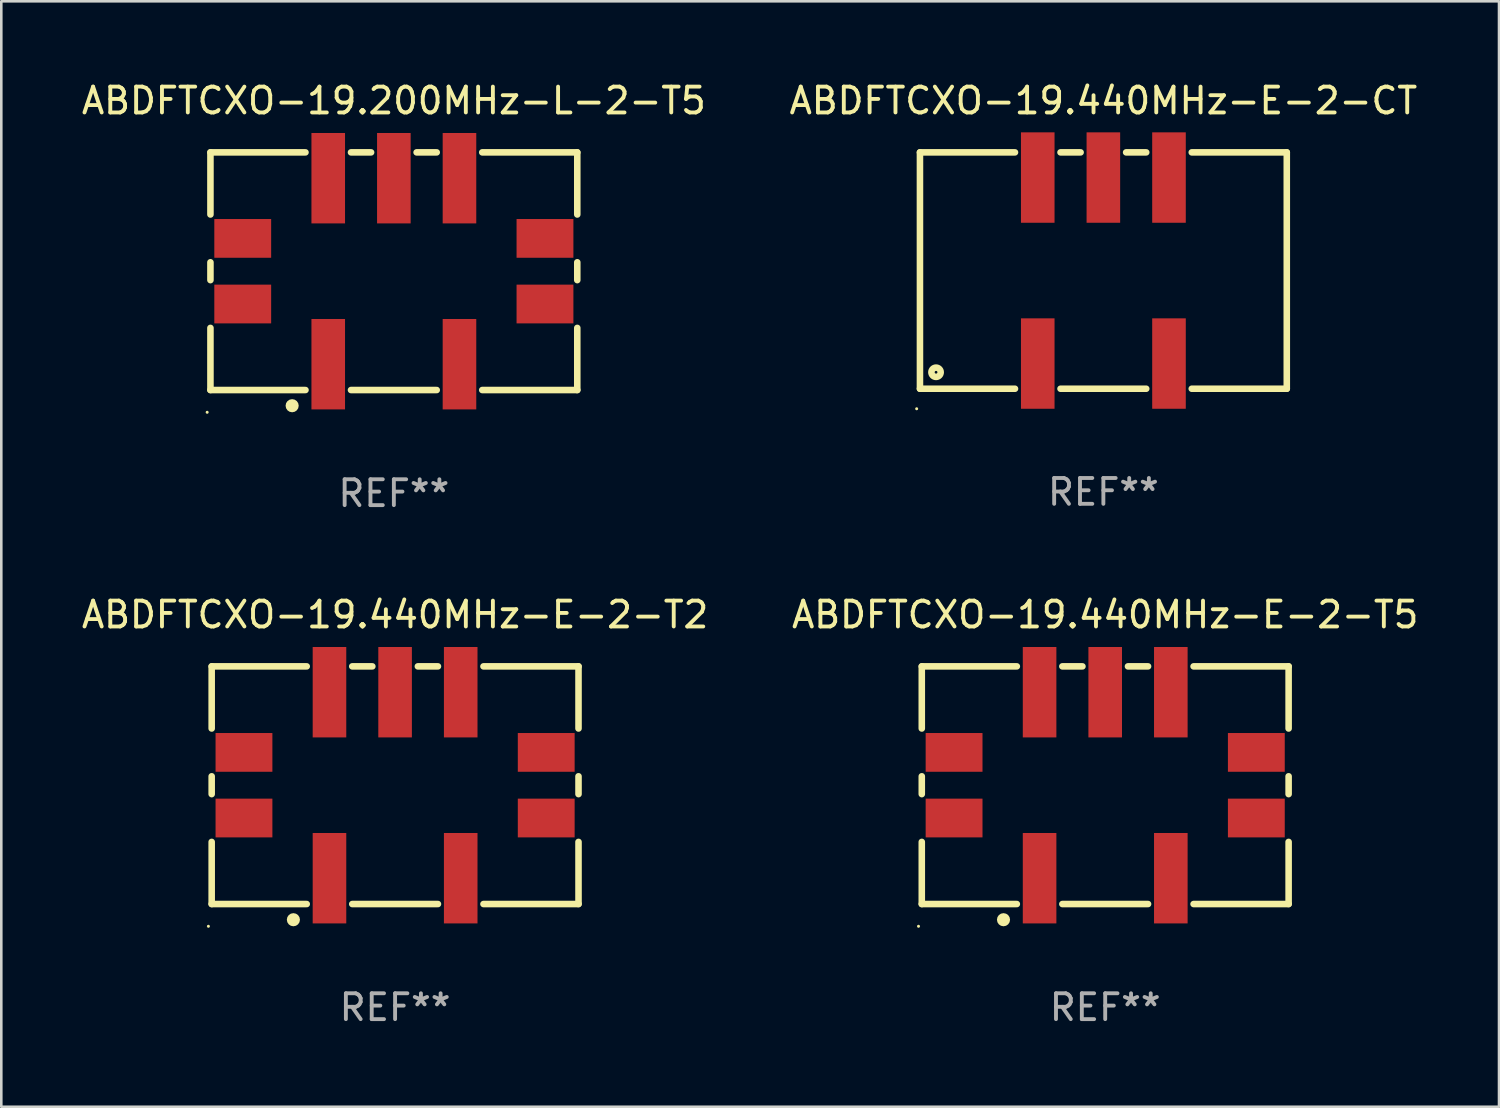
<source format=kicad_pcb>
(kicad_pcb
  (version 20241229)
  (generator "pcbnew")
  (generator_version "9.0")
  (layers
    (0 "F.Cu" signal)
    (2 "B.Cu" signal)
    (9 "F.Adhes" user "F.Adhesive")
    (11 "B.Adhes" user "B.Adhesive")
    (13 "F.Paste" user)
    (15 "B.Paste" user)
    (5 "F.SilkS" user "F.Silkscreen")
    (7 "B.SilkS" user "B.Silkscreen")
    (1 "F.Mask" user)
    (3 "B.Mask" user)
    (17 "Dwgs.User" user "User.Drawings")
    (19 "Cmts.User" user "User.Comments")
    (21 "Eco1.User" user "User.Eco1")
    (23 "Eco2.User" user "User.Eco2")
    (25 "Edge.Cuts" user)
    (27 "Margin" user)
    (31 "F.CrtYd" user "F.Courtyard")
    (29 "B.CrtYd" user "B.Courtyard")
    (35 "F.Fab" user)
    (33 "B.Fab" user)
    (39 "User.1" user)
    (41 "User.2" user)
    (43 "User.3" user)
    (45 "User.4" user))
  (footprint "ABDFTCXO-19.200MHz-L-2-T5"
    (layer "F.Cu")
    (at 12.196 7.448)
    (property "Reference" "ABDFTCXO-19.200MHz-L-2-T5" (at 0 -6.6 0) (layer "F.SilkS") (effects (font (size 1 1) (thickness 0.15))))
    (attr through_hole)
    (fp_line (start -7.1 -4.6) (end -7.1 -2.195) (stroke (width 0.254) (type solid)) (layer "F.SilkS"))
    (fp_line (start -7.1 -4.6) (end -3.421 -4.6) (stroke (width 0.254) (type solid)) (layer "F.SilkS"))
    (fp_line (start -7.1 -0.345) (end -7.1 0.345) (stroke (width 0.254) (type solid)) (layer "F.SilkS"))
    (fp_line (start -7.1 2.195) (end -7.1 4.6) (stroke (width 0.254) (type solid)) (layer "F.SilkS"))
    (fp_line (start -7.1 4.6) (end -3.421 4.6) (stroke (width 0.254) (type solid)) (layer "F.SilkS"))
    (fp_line (start -1.659 -4.6) (end -0.881 -4.6) (stroke (width 0.254) (type solid)) (layer "F.SilkS"))
    (fp_line (start -1.659 4.6) (end 1.659 4.6) (stroke (width 0.254) (type solid)) (layer "F.SilkS"))
    (fp_line (start 0.881 -4.6) (end 1.659 -4.6) (stroke (width 0.254) (type solid)) (layer "F.SilkS"))
    (fp_line (start 3.421 -4.6) (end 7.1 -4.6) (stroke (width 0.254) (type solid)) (layer "F.SilkS"))
    (fp_line (start 3.421 4.6) (end 7.1 4.6) (stroke (width 0.254) (type solid)) (layer "F.SilkS"))
    (fp_line (start 7.1 -4.6) (end 7.1 -2.195) (stroke (width 0.254) (type solid)) (layer "F.SilkS"))
    (fp_line (start 7.1 -0.345) (end 7.1 0.345) (stroke (width 0.254) (type solid)) (layer "F.SilkS"))
    (fp_line (start 7.1 2.195) (end 7.1 4.6) (stroke (width 0.254) (type solid)) (layer "F.SilkS"))
    (fp_circle (center -7.227 5.461) (end -7.197 5.461) (stroke (width 0.06) (type solid)) (fill no) (layer "F.SilkS"))
    (fp_circle (center -3.937 5.207) (end -3.81 5.207) (stroke (width 0.254) (type solid)) (fill no) (layer "F.SilkS"))
    (fp_text user "REF**" (at 0 8.6 0) (layer "F.Fab") (effects (font (size 1 1) (thickness 0.15))))
    (pad "1" smd rect (at -2.54 3.6) (size 1.3 3.5) (layers "F.Cu" "F.Mask" "F.Paste"))
    (pad "2" smd rect (at 2.54 3.6) (size 1.3 3.5) (layers "F.Cu" "F.Mask" "F.Paste"))
    (pad "3" smd rect (at 2.54 -3.6) (size 1.3 3.5) (layers "F.Cu" "F.Mask" "F.Paste"))
    (pad "4" smd rect (at 0 -3.6) (size 1.3 3.5) (layers "F.Cu" "F.Mask" "F.Paste"))
    (pad "5" smd rect (at -2.54 -3.6) (size 1.3 3.5) (layers "F.Cu" "F.Mask" "F.Paste"))
    (pad "6" smd rect (at 5.85 1.27 90) (size 1.5 2.2) (layers "F.Cu" "F.Mask" "F.Paste"))
    (pad "7" smd rect (at 5.85 -1.27 90) (size 1.5 2.2) (layers "F.Cu" "F.Mask" "F.Paste"))
    (pad "8" smd rect (at -5.85 -1.27 90) (size 1.5 2.2) (layers "F.Cu" "F.Mask" "F.Paste"))
    (pad "9" smd rect (at -5.85 1.27 90) (size 1.5 2.2) (layers "F.Cu" "F.Mask" "F.Paste")))
  (footprint "ABDFTCXO-19.440MHz-E-2-T2"
    (layer "F.Cu")
    (at 12.244 27.345)
    (property "Reference" "ABDFTCXO-19.440MHz-E-2-T2" (at 0 -6.6 0) (layer "F.SilkS") (effects (font (size 1 1) (thickness 0.15))))
    (attr through_hole)
    (fp_line (start -7.1 -4.6) (end -7.1 -2.195) (stroke (width 0.254) (type solid)) (layer "F.SilkS"))
    (fp_line (start -7.1 -4.6) (end -3.421 -4.6) (stroke (width 0.254) (type solid)) (layer "F.SilkS"))
    (fp_line (start -7.1 -0.345) (end -7.1 0.345) (stroke (width 0.254) (type solid)) (layer "F.SilkS"))
    (fp_line (start -7.1 2.195) (end -7.1 4.6) (stroke (width 0.254) (type solid)) (layer "F.SilkS"))
    (fp_line (start -7.1 4.6) (end -3.421 4.6) (stroke (width 0.254) (type solid)) (layer "F.SilkS"))
    (fp_line (start -1.659 -4.6) (end -0.881 -4.6) (stroke (width 0.254) (type solid)) (layer "F.SilkS"))
    (fp_line (start -1.659 4.6) (end 1.659 4.6) (stroke (width 0.254) (type solid)) (layer "F.SilkS"))
    (fp_line (start 0.881 -4.6) (end 1.659 -4.6) (stroke (width 0.254) (type solid)) (layer "F.SilkS"))
    (fp_line (start 3.421 -4.6) (end 7.1 -4.6) (stroke (width 0.254) (type solid)) (layer "F.SilkS"))
    (fp_line (start 3.421 4.6) (end 7.1 4.6) (stroke (width 0.254) (type solid)) (layer "F.SilkS"))
    (fp_line (start 7.1 -4.6) (end 7.1 -2.195) (stroke (width 0.254) (type solid)) (layer "F.SilkS"))
    (fp_line (start 7.1 -0.345) (end 7.1 0.345) (stroke (width 0.254) (type solid)) (layer "F.SilkS"))
    (fp_line (start 7.1 2.195) (end 7.1 4.6) (stroke (width 0.254) (type solid)) (layer "F.SilkS"))
    (fp_circle (center -7.227 5.461) (end -7.197 5.461) (stroke (width 0.06) (type solid)) (fill no) (layer "F.SilkS"))
    (fp_circle (center -3.937 5.207) (end -3.81 5.207) (stroke (width 0.254) (type solid)) (fill no) (layer "F.SilkS"))
    (fp_text user "REF**" (at 0 8.6 0) (layer "F.Fab") (effects (font (size 1 1) (thickness 0.15))))
    (pad "1" smd rect (at -2.54 3.6) (size 1.3 3.5) (layers "F.Cu" "F.Mask" "F.Paste"))
    (pad "2" smd rect (at 2.54 3.6) (size 1.3 3.5) (layers "F.Cu" "F.Mask" "F.Paste"))
    (pad "3" smd rect (at 2.54 -3.6) (size 1.3 3.5) (layers "F.Cu" "F.Mask" "F.Paste"))
    (pad "4" smd rect (at 0 -3.6) (size 1.3 3.5) (layers "F.Cu" "F.Mask" "F.Paste"))
    (pad "5" smd rect (at -2.54 -3.6) (size 1.3 3.5) (layers "F.Cu" "F.Mask" "F.Paste"))
    (pad "6" smd rect (at 5.85 1.27 90) (size 1.5 2.2) (layers "F.Cu" "F.Mask" "F.Paste"))
    (pad "7" smd rect (at 5.85 -1.27 90) (size 1.5 2.2) (layers "F.Cu" "F.Mask" "F.Paste"))
    (pad "8" smd rect (at -5.85 -1.27 90) (size 1.5 2.2) (layers "F.Cu" "F.Mask" "F.Paste"))
    (pad "9" smd rect (at -5.85 1.27 90) (size 1.5 2.2) (layers "F.Cu" "F.Mask" "F.Paste")))
  (footprint "ABDFTCXO-19.440MHz-E-2-T5"
    (layer "F.Cu")
    (at 39.732 27.345)
    (property "Reference" "ABDFTCXO-19.440MHz-E-2-T5" (at 0 -6.6 0) (layer "F.SilkS") (effects (font (size 1 1) (thickness 0.15))))
    (attr through_hole)
    (fp_line (start -7.1 -4.6) (end -7.1 -2.195) (stroke (width 0.254) (type solid)) (layer "F.SilkS"))
    (fp_line (start -7.1 -4.6) (end -3.421 -4.6) (stroke (width 0.254) (type solid)) (layer "F.SilkS"))
    (fp_line (start -7.1 -0.345) (end -7.1 0.345) (stroke (width 0.254) (type solid)) (layer "F.SilkS"))
    (fp_line (start -7.1 2.195) (end -7.1 4.6) (stroke (width 0.254) (type solid)) (layer "F.SilkS"))
    (fp_line (start -7.1 4.6) (end -3.421 4.6) (stroke (width 0.254) (type solid)) (layer "F.SilkS"))
    (fp_line (start -1.659 -4.6) (end -0.881 -4.6) (stroke (width 0.254) (type solid)) (layer "F.SilkS"))
    (fp_line (start -1.659 4.6) (end 1.659 4.6) (stroke (width 0.254) (type solid)) (layer "F.SilkS"))
    (fp_line (start 0.881 -4.6) (end 1.659 -4.6) (stroke (width 0.254) (type solid)) (layer "F.SilkS"))
    (fp_line (start 3.421 -4.6) (end 7.1 -4.6) (stroke (width 0.254) (type solid)) (layer "F.SilkS"))
    (fp_line (start 3.421 4.6) (end 7.1 4.6) (stroke (width 0.254) (type solid)) (layer "F.SilkS"))
    (fp_line (start 7.1 -4.6) (end 7.1 -2.195) (stroke (width 0.254) (type solid)) (layer "F.SilkS"))
    (fp_line (start 7.1 -0.345) (end 7.1 0.345) (stroke (width 0.254) (type solid)) (layer "F.SilkS"))
    (fp_line (start 7.1 2.195) (end 7.1 4.6) (stroke (width 0.254) (type solid)) (layer "F.SilkS"))
    (fp_circle (center -7.227 5.461) (end -7.197 5.461) (stroke (width 0.06) (type solid)) (fill no) (layer "F.SilkS"))
    (fp_circle (center -3.937 5.207) (end -3.81 5.207) (stroke (width 0.254) (type solid)) (fill no) (layer "F.SilkS"))
    (fp_text user "REF**" (at 0 8.6 0) (layer "F.Fab") (effects (font (size 1 1) (thickness 0.15))))
    (pad "1" smd rect (at -2.54 3.6) (size 1.3 3.5) (layers "F.Cu" "F.Mask" "F.Paste"))
    (pad "2" smd rect (at 2.54 3.6) (size 1.3 3.5) (layers "F.Cu" "F.Mask" "F.Paste"))
    (pad "3" smd rect (at 2.54 -3.6) (size 1.3 3.5) (layers "F.Cu" "F.Mask" "F.Paste"))
    (pad "4" smd rect (at 0 -3.6) (size 1.3 3.5) (layers "F.Cu" "F.Mask" "F.Paste"))
    (pad "5" smd rect (at -2.54 -3.6) (size 1.3 3.5) (layers "F.Cu" "F.Mask" "F.Paste"))
    (pad "6" smd rect (at 5.85 1.27 90) (size 1.5 2.2) (layers "F.Cu" "F.Mask" "F.Paste"))
    (pad "7" smd rect (at 5.85 -1.27 90) (size 1.5 2.2) (layers "F.Cu" "F.Mask" "F.Paste"))
    (pad "8" smd rect (at -5.85 -1.27 90) (size 1.5 2.2) (layers "F.Cu" "F.Mask" "F.Paste"))
    (pad "9" smd rect (at -5.85 1.27 90) (size 1.5 2.2) (layers "F.Cu" "F.Mask" "F.Paste")))
  (footprint "ABDFTCXO-19.440MHz-E-2-CT"
    (layer "F.Cu")
    (at 39.661 7.423)
    (property "Reference" "ABDFTCXO-19.440MHz-E-2-CT" (at 0 -6.575 0) (layer "F.SilkS") (effects (font (size 1 1) (thickness 0.15))))
    (attr through_hole)
    (fp_line (start -7.1 -4.575) (end -7.1 4.575) (stroke (width 0.254) (type solid)) (layer "F.SilkS"))
    (fp_line (start -7.1 -4.575) (end -3.421 -4.575) (stroke (width 0.254) (type solid)) (layer "F.SilkS"))
    (fp_line (start -7.1 4.575) (end -3.421 4.575) (stroke (width 0.254) (type solid)) (layer "F.SilkS"))
    (fp_line (start -1.659 -4.575) (end -0.881 -4.575) (stroke (width 0.254) (type solid)) (layer "F.SilkS"))
    (fp_line (start -1.659 4.575) (end 1.659 4.575) (stroke (width 0.254) (type solid)) (layer "F.SilkS"))
    (fp_line (start 0.881 -4.575) (end 1.659 -4.575) (stroke (width 0.254) (type solid)) (layer "F.SilkS"))
    (fp_line (start 3.421 -4.575) (end 7.1 -4.575) (stroke (width 0.254) (type solid)) (layer "F.SilkS"))
    (fp_line (start 3.421 4.575) (end 7.1 4.575) (stroke (width 0.254) (type solid)) (layer "F.SilkS"))
    (fp_line (start 7.1 -4.575) (end 7.1 4.575) (stroke (width 0.254) (type solid)) (layer "F.SilkS"))
    (fp_circle (center -7.227 5.35) (end -7.197 5.35) (stroke (width 0.06) (type solid)) (fill no) (layer "F.SilkS"))
    (fp_circle (center -6.477 3.937) (end -6.297 3.937) (stroke (width 0.254) (type solid)) (fill no) (layer "F.SilkS"))
    (fp_text user "REF**" (at 0 8.575 0) (layer "F.Fab") (effects (font (size 1 1) (thickness 0.15))))
    (pad "1" smd rect (at -2.54 3.6) (size 1.3 3.5) (layers "F.Cu" "F.Mask" "F.Paste"))
    (pad "2" smd rect (at 2.54 3.6) (size 1.3 3.5) (layers "F.Cu" "F.Mask" "F.Paste"))
    (pad "3" smd rect (at 2.54 -3.6) (size 1.3 3.5) (layers "F.Cu" "F.Mask" "F.Paste"))
    (pad "4" smd rect (at 0 -3.6) (size 1.3 3.5) (layers "F.Cu" "F.Mask" "F.Paste"))
    (pad "5" smd rect (at -2.54 -3.6) (size 1.3 3.5) (layers "F.Cu" "F.Mask" "F.Paste")))
  (gr_rect
    (start -3 -3)
    (end 54.976 39.793)
    (stroke (width 0.1) (type default))
    (fill no)
    (layer "Edge.Cuts")))
</source>
